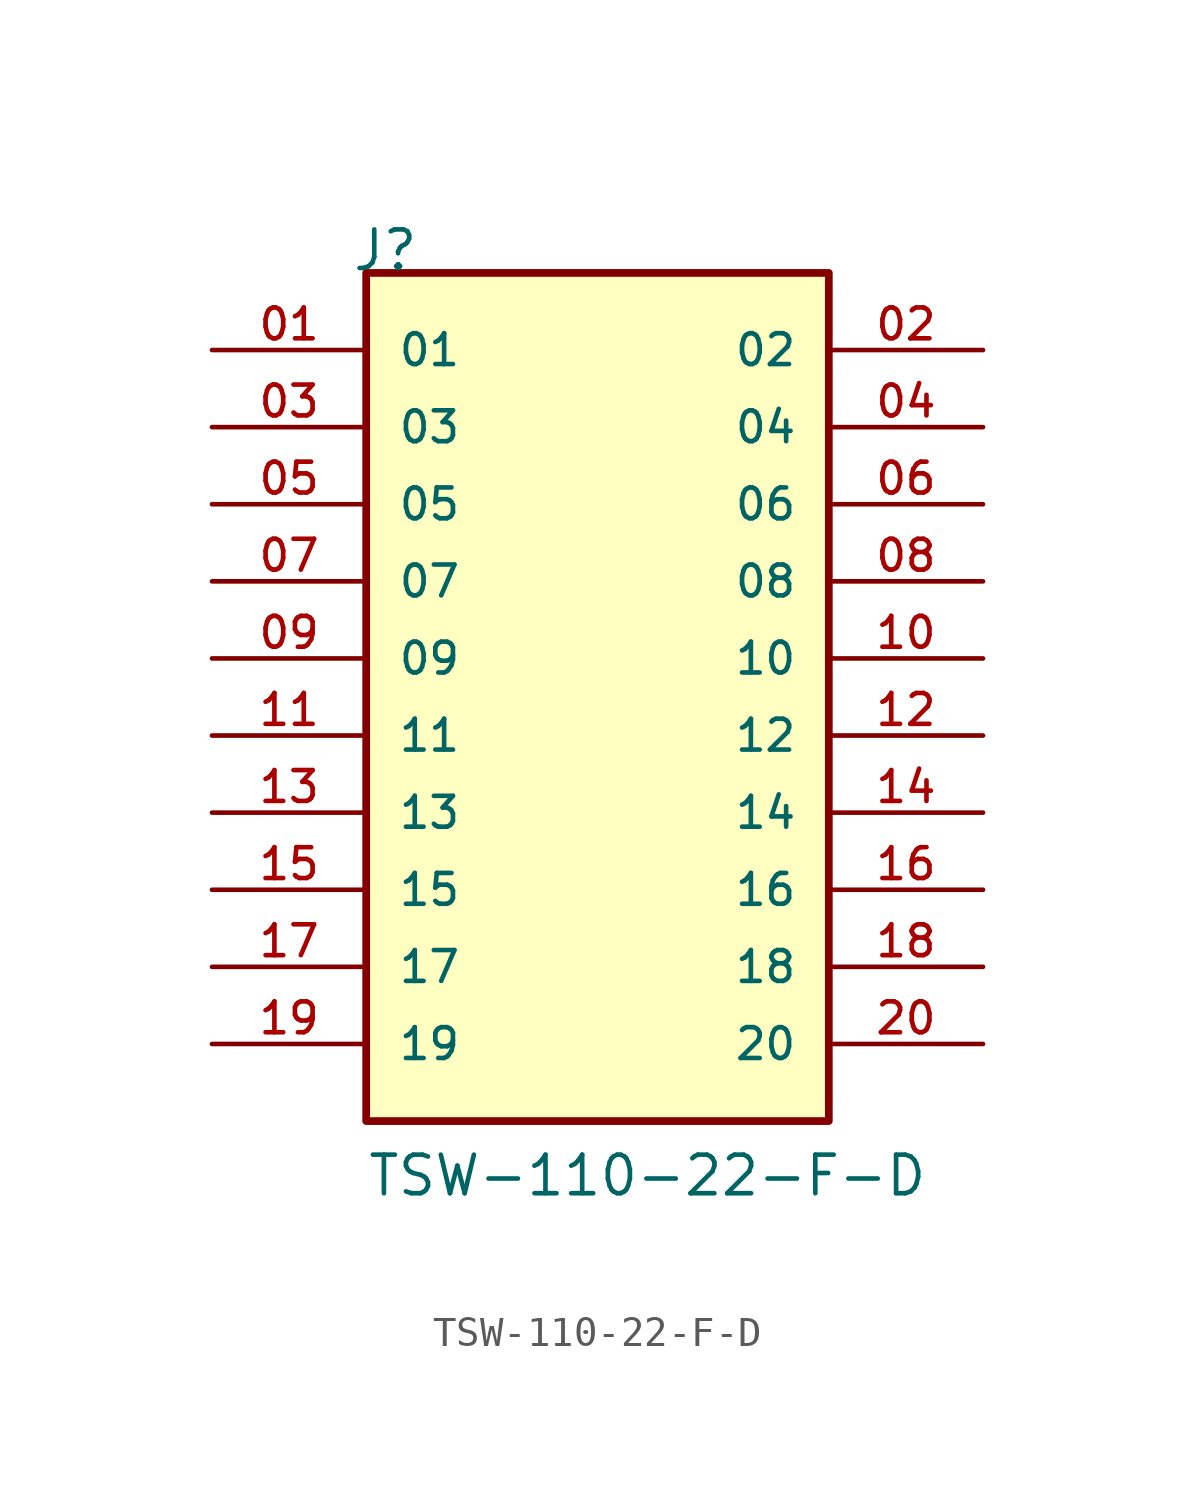
<source format=kicad_sym>
(kicad_symbol_lib
  (version 20211014)
  (generator kicad_symbol_editor)
  (symbol "TSW-110-22-F-D"
    (pin_names
      (offset 1.016))
    (property "Reference" "J"
      (at -8.12 15.24 0)
      (effects (font (size 1.27 1.27)) (justify bottom left)))
    (property "Value" "TSW-110-22-F-D"
      (at -7.62 -15.24 0)
      (effects (font (size 1.27 1.27)) (justify bottom left)))
    (symbol "TSW-110-22-F-D_0_0"
      (rectangle (start -7.62 -12.7) (end 7.62 15.24) (stroke (width 0.254)) (fill (type background)))
      (pin passive line (at -12.7 12.7 0) (length 5.08) (name "01" (effects (font (size 1.016 1.016)))) (number "01" (effects (font (size 1.016 1.016)))))
      (pin passive line (at 12.7 12.7 180.0) (length 5.08) (name "02" (effects (font (size 1.016 1.016)))) (number "02" (effects (font (size 1.016 1.016)))))
      (pin passive line (at -12.7 10.16 0) (length 5.08) (name "03" (effects (font (size 1.016 1.016)))) (number "03" (effects (font (size 1.016 1.016)))))
      (pin passive line (at 12.7 10.16 180.0) (length 5.08) (name "04" (effects (font (size 1.016 1.016)))) (number "04" (effects (font (size 1.016 1.016)))))
      (pin passive line (at -12.7 7.62 0) (length 5.08) (name "05" (effects (font (size 1.016 1.016)))) (number "05" (effects (font (size 1.016 1.016)))))
      (pin passive line (at 12.7 7.62 180.0) (length 5.08) (name "06" (effects (font (size 1.016 1.016)))) (number "06" (effects (font (size 1.016 1.016)))))
      (pin passive line (at -12.7 5.08 0) (length 5.08) (name "07" (effects (font (size 1.016 1.016)))) (number "07" (effects (font (size 1.016 1.016)))))
      (pin passive line (at 12.7 5.08 180.0) (length 5.08) (name "08" (effects (font (size 1.016 1.016)))) (number "08" (effects (font (size 1.016 1.016)))))
      (pin passive line (at -12.7 2.54 0) (length 5.08) (name "09" (effects (font (size 1.016 1.016)))) (number "09" (effects (font (size 1.016 1.016)))))
      (pin passive line (at 12.7 2.54 180.0) (length 5.08) (name "10" (effects (font (size 1.016 1.016)))) (number "10" (effects (font (size 1.016 1.016)))))
      (pin passive line (at -12.7 0.0 0) (length 5.08) (name "11" (effects (font (size 1.016 1.016)))) (number "11" (effects (font (size 1.016 1.016)))))
      (pin passive line (at 12.7 0.0 180.0) (length 5.08) (name "12" (effects (font (size 1.016 1.016)))) (number "12" (effects (font (size 1.016 1.016)))))
      (pin passive line (at -12.7 -2.54 0) (length 5.08) (name "13" (effects (font (size 1.016 1.016)))) (number "13" (effects (font (size 1.016 1.016)))))
      (pin passive line (at 12.7 -2.54 180.0) (length 5.08) (name "14" (effects (font (size 1.016 1.016)))) (number "14" (effects (font (size 1.016 1.016)))))
      (pin passive line (at -12.7 -5.08 0) (length 5.08) (name "15" (effects (font (size 1.016 1.016)))) (number "15" (effects (font (size 1.016 1.016)))))
      (pin passive line (at 12.7 -5.08 180.0) (length 5.08) (name "16" (effects (font (size 1.016 1.016)))) (number "16" (effects (font (size 1.016 1.016)))))
      (pin passive line (at -12.7 -7.62 0) (length 5.08) (name "17" (effects (font (size 1.016 1.016)))) (number "17" (effects (font (size 1.016 1.016)))))
      (pin passive line (at 12.7 -7.62 180.0) (length 5.08) (name "18" (effects (font (size 1.016 1.016)))) (number "18" (effects (font (size 1.016 1.016)))))
      (pin passive line (at -12.7 -10.16 0) (length 5.08) (name "19" (effects (font (size 1.016 1.016)))) (number "19" (effects (font (size 1.016 1.016)))))
      (pin passive line (at 12.7 -10.16 180.0) (length 5.08) (name "20" (effects (font (size 1.016 1.016)))) (number "20" (effects (font (size 1.016 1.016))))))))
</source>
